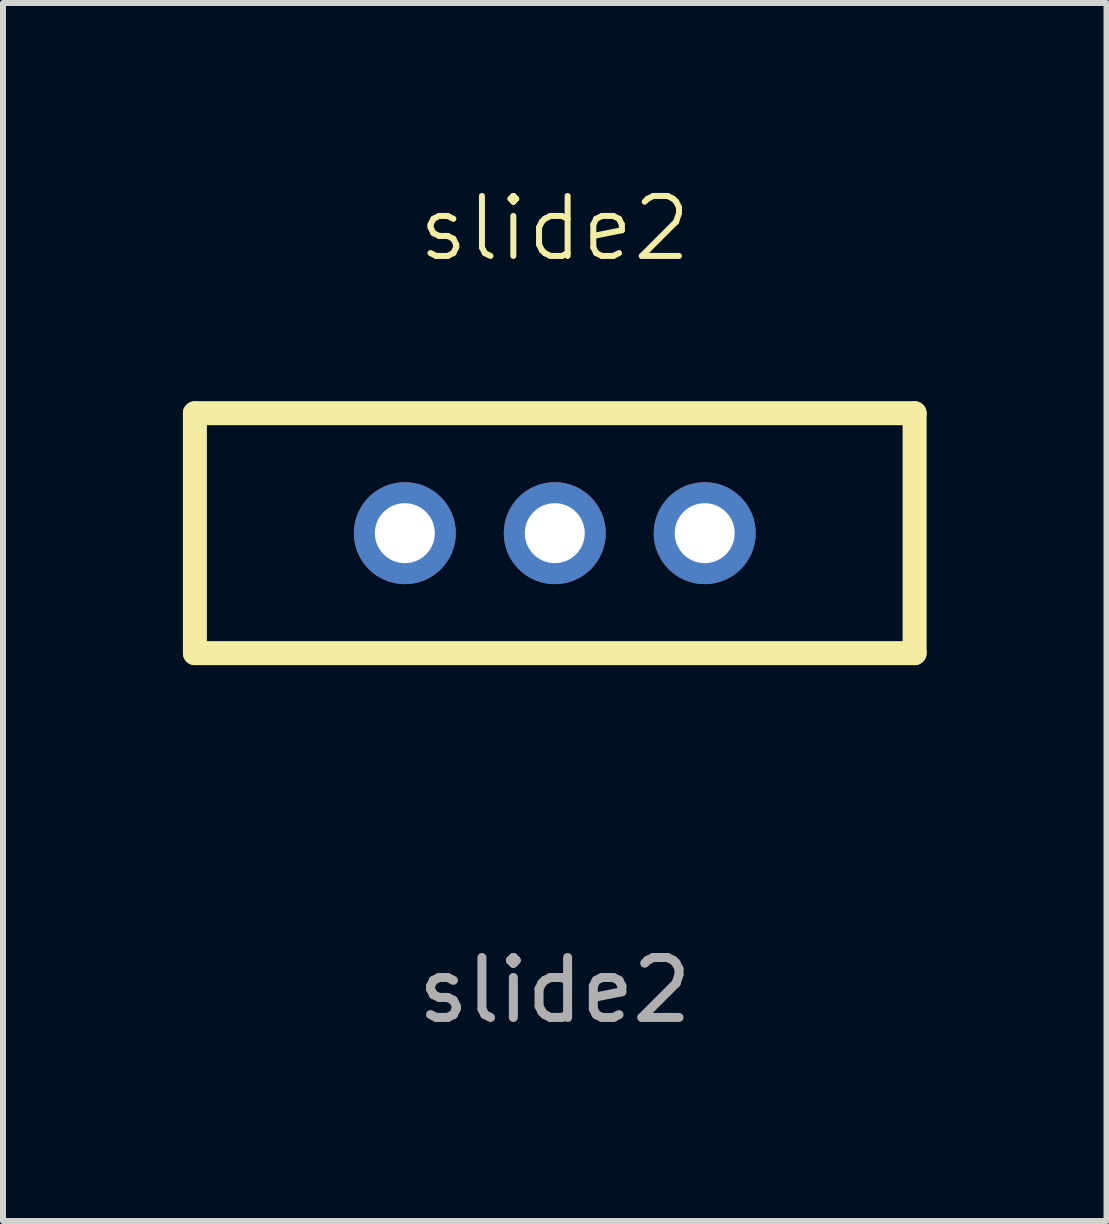
<source format=kicad_pcb>
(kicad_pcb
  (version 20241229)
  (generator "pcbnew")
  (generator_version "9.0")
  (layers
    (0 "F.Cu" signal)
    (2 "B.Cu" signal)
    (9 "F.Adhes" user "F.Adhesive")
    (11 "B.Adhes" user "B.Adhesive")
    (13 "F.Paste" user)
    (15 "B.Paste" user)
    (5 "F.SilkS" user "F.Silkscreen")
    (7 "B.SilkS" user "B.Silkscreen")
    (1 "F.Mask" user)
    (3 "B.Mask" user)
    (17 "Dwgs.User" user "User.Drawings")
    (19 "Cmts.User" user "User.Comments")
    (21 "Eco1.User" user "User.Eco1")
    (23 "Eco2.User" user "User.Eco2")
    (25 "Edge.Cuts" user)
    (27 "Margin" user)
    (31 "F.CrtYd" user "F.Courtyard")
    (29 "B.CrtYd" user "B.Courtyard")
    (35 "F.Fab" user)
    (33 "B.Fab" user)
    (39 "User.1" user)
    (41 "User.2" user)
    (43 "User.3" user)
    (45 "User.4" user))
  (footprint "slide2"
    (layer "F.Cu")
    (at 6.2 5.84)
    (property "Reference" "slide2" (at 0 -5.08 0) (unlocked yes) (layer "F.SilkS") (effects (font (size 1 1) (thickness 0.1))))
    (attr smd)
    (fp_line (start -6 -2) (end 6 -2) (stroke (width 0.4) (type default)) (layer "F.SilkS"))
    (fp_line (start -6 2) (end -6 -2) (stroke (width 0.4) (type default)) (layer "F.SilkS"))
    (fp_line (start 6 -2) (end 6 2) (stroke (width 0.4) (type default)) (layer "F.SilkS"))
    (fp_line (start 6 2) (end -6 2) (stroke (width 0.4) (type default)) (layer "F.SilkS"))
    (fp_text user "${REFERENCE}" (at 0 7.62 0) (unlocked yes) (layer "F.Fab") (effects (font (size 1 1) (thickness 0.15))))
    (pad "1" thru_hole circle (at -2.5 0) (size 1.7 1.7) (drill 1) (layers "*.Cu" "*.Mask"))
    (pad "2" thru_hole circle (at 0 0) (size 1.7 1.7) (drill 1) (layers "*.Cu" "*.Mask"))
    (pad "3" thru_hole circle (at 2.5 0) (size 1.7 1.7) (drill 1) (layers "*.Cu" "*.Mask")))
  (gr_rect
    (start -3 -3)
    (end 15.4 17.309)
    (stroke (width 0.1) (type default))
    (fill no)
    (layer "Edge.Cuts")))
</source>
